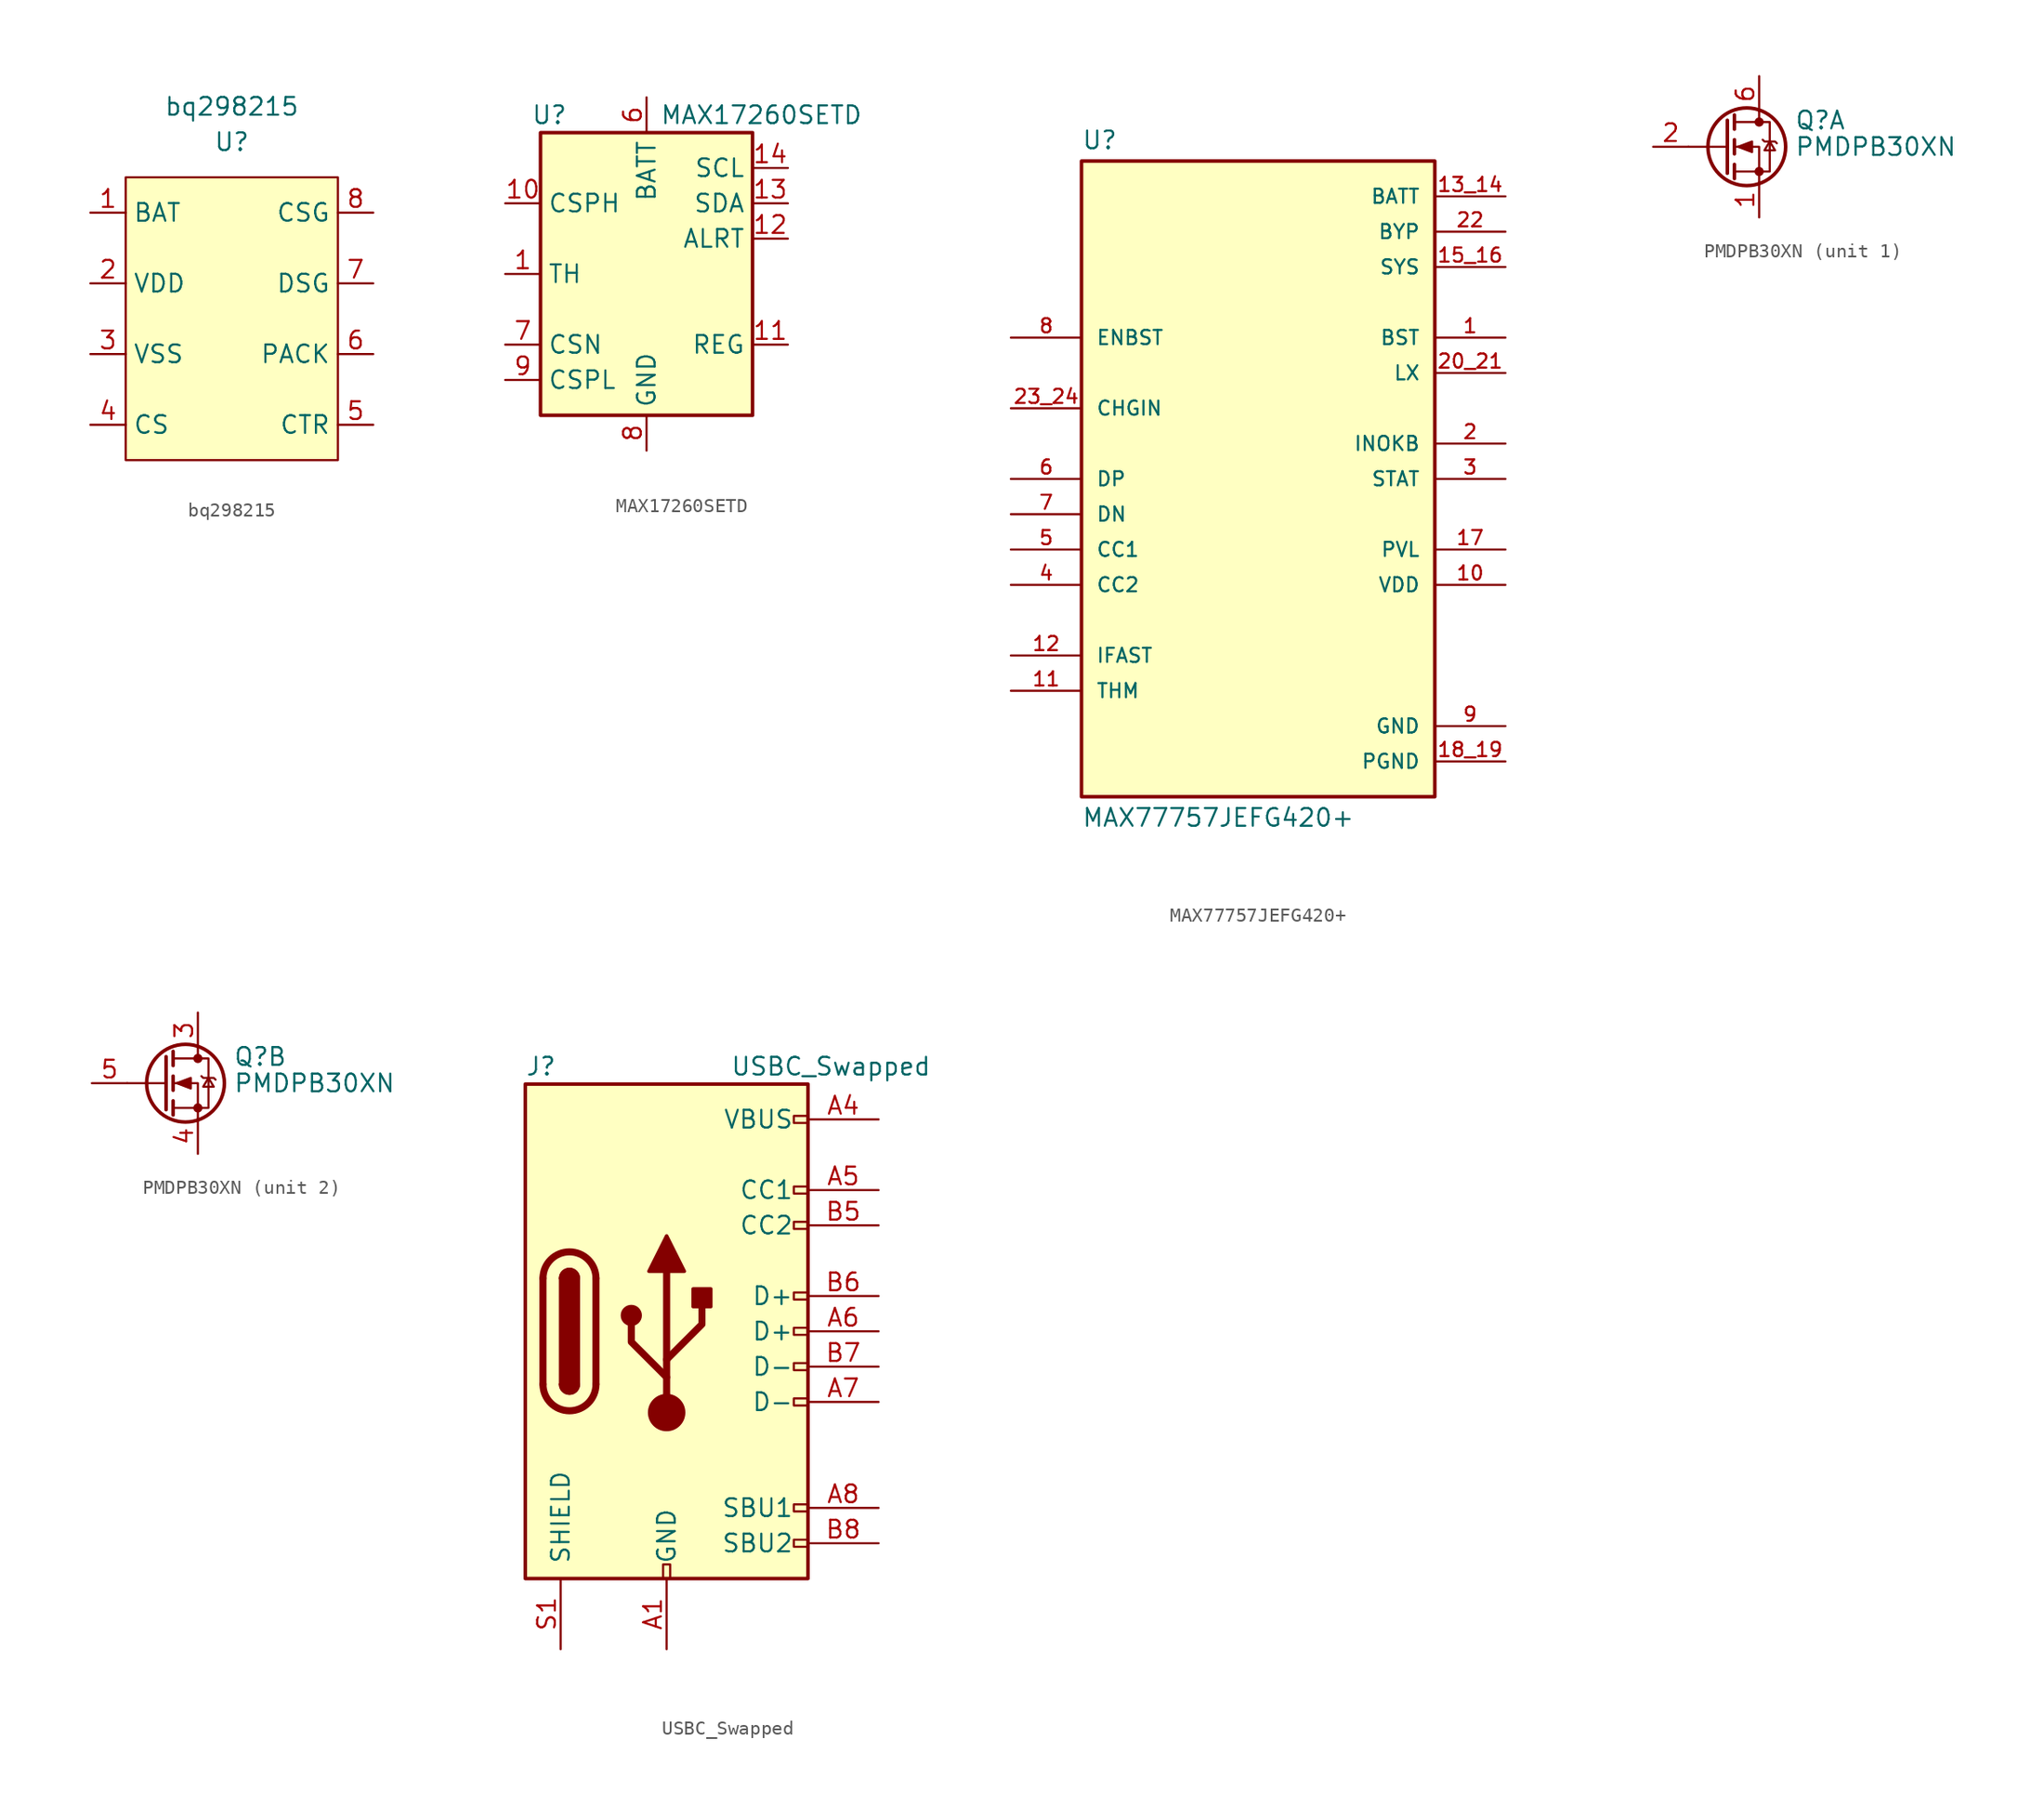
<source format=kicad_sym>
(kicad_symbol_lib
  (version 20211014)
  (generator kicad_symbol_editor)
  (symbol "bq298215"
    (property "Reference" "U"
      (at 0 0 0)
      (effects (font (size 1.27 1.27))))
    (property "Value" "bq298215"
      (at 0 2.54 0)
      (effects (font (size 1.27 1.27))))
    (symbol "bq298215_0_0"
      (pin input line (at -10.16 -5.08 0) (length 2.54) (name "BAT" (effects (font (size 1.27 1.27)))) (number "1" (effects (font (size 1.27 1.27)))))
      (pin power_in line (at -10.16 -10.16 0) (length 2.54) (name "VDD" (effects (font (size 1.27 1.27)))) (number "2" (effects (font (size 1.27 1.27)))))
      (pin power_in line (at -10.16 -15.24 0) (length 2.54) (name "VSS" (effects (font (size 1.27 1.27)))) (number "3" (effects (font (size 1.27 1.27)))))
      (pin input line (at -10.16 -20.32 0) (length 2.54) (name "CS" (effects (font (size 1.27 1.27)))) (number "4" (effects (font (size 1.27 1.27)))))
      (pin input line (at 10.16 -20.32 180) (length 2.54) (name "CTR" (effects (font (size 1.27 1.27)))) (number "5" (effects (font (size 1.27 1.27)))))
      (pin input line (at 10.16 -15.24 180) (length 2.54) (name "PACK" (effects (font (size 1.27 1.27)))) (number "6" (effects (font (size 1.27 1.27)))))
      (pin output line (at 10.16 -10.16 180) (length 2.54) (name "DSG" (effects (font (size 1.27 1.27)))) (number "7" (effects (font (size 1.27 1.27)))))
      (pin output line (at 10.16 -5.08 180) (length 2.54) (name "CSG" (effects (font (size 1.27 1.27)))) (number "8" (effects (font (size 1.27 1.27))))))
    (symbol "bq298215_0_1"
      (rectangle (start -7.62 -2.54) (end 7.62 -22.86) (stroke (width 0) (type default) (color 0 0 0 0)) (fill (type background)))))
  (symbol "MAX17260SETD"
    (property "Reference" "U"
      (at -6.985 11.43 0)
      (effects (font (size 1.27 1.27))))
    (property "Value" "MAX17260SETD"
      (at 8.255 11.43 0)
      (effects (font (size 1.27 1.27))))
    (symbol "MAX17260SETD_0_1"
      (rectangle (start -7.62 10.16) (end 7.62 -10.16) (stroke (width 0.254) (type default) (color 0 0 0 0)) (fill (type background))))
    (symbol "MAX17260SETD_1_1"
      (pin passive line (at -10.16 0 0) (length 2.54) (name "TH" (effects (font (size 1.27 1.27)))) (number "1" (effects (font (size 1.27 1.27)))))
      (pin input line (at -10.16 5.08 0) (length 2.54) (name "CSPH" (effects (font (size 1.27 1.27)))) (number "10" (effects (font (size 1.27 1.27)))))
      (pin power_out line (at 10.16 -5.08 180) (length 2.54) (name "REG" (effects (font (size 1.27 1.27)))) (number "11" (effects (font (size 1.27 1.27)))))
      (pin open_collector line (at 10.16 2.54 180) (length 2.54) (name "ALRT" (effects (font (size 1.27 1.27)))) (number "12" (effects (font (size 1.27 1.27)))))
      (pin bidirectional line (at 10.16 5.08 180) (length 2.54) (name "SDA" (effects (font (size 1.27 1.27)))) (number "13" (effects (font (size 1.27 1.27)))))
      (pin input line (at 10.16 7.62 180) (length 2.54) (name "SCL" (effects (font (size 1.27 1.27)))) (number "14" (effects (font (size 1.27 1.27)))))
      (pin passive line (at 0 -12.7 90) (length 2.54) hide (name "GND" (effects (font (size 1.27 1.27)))) (number "15" (effects (font (size 1.27 1.27)))))
      (pin power_in line (at 0 12.7 270) (length 2.54) (name "BATT" (effects (font (size 1.27 1.27)))) (number "6" (effects (font (size 1.27 1.27)))))
      (pin passive line (at -10.16 -5.08 0) (length 2.54) (name "CSN" (effects (font (size 1.27 1.27)))) (number "7" (effects (font (size 1.27 1.27)))))
      (pin power_in line (at 0 -12.7 90) (length 2.54) (name "GND" (effects (font (size 1.27 1.27)))) (number "8" (effects (font (size 1.27 1.27)))))
      (pin passive line (at -10.16 -7.62 0) (length 2.54) (name "CSPL" (effects (font (size 1.27 1.27)))) (number "9" (effects (font (size 1.27 1.27)))))))
  (symbol "MAX77757JEFG420+"
    (pin_names
      (offset 1.016))
    (property "Reference" "U"
      (at -12.7 23.622 0)
      (effects (font (size 1.27 1.27)) (justify left bottom)))
    (property "Value" "MAX77757JEFG420+"
      (at -12.7 -23.622 0)
      (effects (font (size 1.27 1.27)) (justify left top)))
    (symbol "MAX77757JEFG420+_0_0"
      (rectangle (start -12.7 -22.86) (end 12.7 22.86) (stroke (width 0.254) (type default) (color 0 0 0 0)) (fill (type background)))
      (pin passive line (at 17.78 10.16 180) (length 5.08) (name "BST" (effects (font (size 1.016 1.016)))) (number "1" (effects (font (size 1.016 1.016)))))
      (pin output line (at 17.78 -7.62 180) (length 5.08) (name "VDD" (effects (font (size 1.016 1.016)))) (number "10" (effects (font (size 1.016 1.016)))))
      (pin passive line (at -17.78 -15.24 0) (length 5.08) (name "THM" (effects (font (size 1.016 1.016)))) (number "11" (effects (font (size 1.016 1.016)))))
      (pin passive line (at -17.78 -12.7 0) (length 5.08) (name "IFAST" (effects (font (size 1.016 1.016)))) (number "12" (effects (font (size 1.016 1.016)))))
      (pin power_in line (at 17.78 20.32 180) (length 5.08) (name "BATT" (effects (font (size 1.016 1.016)))) (number "13_14" (effects (font (size 1.016 1.016)))))
      (pin power_in line (at 17.78 15.24 180) (length 5.08) (name "SYS" (effects (font (size 1.016 1.016)))) (number "15_16" (effects (font (size 1.016 1.016)))))
      (pin output line (at 17.78 -5.08 180) (length 5.08) (name "PVL" (effects (font (size 1.016 1.016)))) (number "17" (effects (font (size 1.016 1.016)))))
      (pin power_in line (at 17.78 -20.32 180) (length 5.08) (name "PGND" (effects (font (size 1.016 1.016)))) (number "18_19" (effects (font (size 1.016 1.016)))))
      (pin output line (at 17.78 2.54 180) (length 5.08) (name "INOKB" (effects (font (size 1.016 1.016)))) (number "2" (effects (font (size 1.016 1.016)))))
      (pin passive line (at 17.78 7.62 180) (length 5.08) (name "LX" (effects (font (size 1.016 1.016)))) (number "20_21" (effects (font (size 1.016 1.016)))))
      (pin power_in line (at 17.78 17.78 180) (length 5.08) (name "BYP" (effects (font (size 1.016 1.016)))) (number "22" (effects (font (size 1.016 1.016)))))
      (pin input line (at -17.78 5.08 0) (length 5.08) (name "CHGIN" (effects (font (size 1.016 1.016)))) (number "23_24" (effects (font (size 1.016 1.016)))))
      (pin output line (at 17.78 0 180) (length 5.08) (name "STAT" (effects (font (size 1.016 1.016)))) (number "3" (effects (font (size 1.016 1.016)))))
      (pin bidirectional line (at -17.78 -7.62 0) (length 5.08) (name "CC2" (effects (font (size 1.016 1.016)))) (number "4" (effects (font (size 1.016 1.016)))))
      (pin bidirectional line (at -17.78 -5.08 0) (length 5.08) (name "CC1" (effects (font (size 1.016 1.016)))) (number "5" (effects (font (size 1.016 1.016)))))
      (pin bidirectional line (at -17.78 0 0) (length 5.08) (name "DP" (effects (font (size 1.016 1.016)))) (number "6" (effects (font (size 1.016 1.016)))))
      (pin bidirectional line (at -17.78 -2.54 0) (length 5.08) (name "DN" (effects (font (size 1.016 1.016)))) (number "7" (effects (font (size 1.016 1.016)))))
      (pin input line (at -17.78 10.16 0) (length 5.08) (name "ENBST" (effects (font (size 1.016 1.016)))) (number "8" (effects (font (size 1.016 1.016)))))
      (pin power_in line (at 17.78 -17.78 180) (length 5.08) (name "GND" (effects (font (size 1.016 1.016)))) (number "9" (effects (font (size 1.016 1.016)))))))
  (symbol "PMDPB30XN"
    (pin_names hide)
    (property "Reference" "Q"
      (at 5.08 1.905 0)
      (effects (font (size 1.27 1.27)) (justify left)))
    (property "Value" "PMDPB30XN"
      (at 5.08 0 0)
      (effects (font (size 1.27 1.27)) (justify left)))
    (property "ki_locked" ""
      (at 0 0 0)
      (effects (font (size 1.27 1.27))))
    (symbol "PMDPB30XN_0_1"
      (polyline (pts (xy 0.254 0) (xy -2.54 0)) (stroke (width 0) (type default) (color 0 0 0 0)) (fill (type none)))
      (polyline (pts (xy 0.254 1.905) (xy 0.254 -1.905)) (stroke (width 0.254) (type default) (color 0 0 0 0)) (fill (type none)))
      (polyline (pts (xy 0.762 -1.27) (xy 0.762 -2.286)) (stroke (width 0.254) (type default) (color 0 0 0 0)) (fill (type none)))
      (polyline (pts (xy 0.762 0.508) (xy 0.762 -0.508)) (stroke (width 0.254) (type default) (color 0 0 0 0)) (fill (type none)))
      (polyline (pts (xy 0.762 2.286) (xy 0.762 1.27)) (stroke (width 0.254) (type default) (color 0 0 0 0)) (fill (type none)))
      (polyline (pts (xy 2.54 2.54) (xy 2.54 1.778)) (stroke (width 0) (type default) (color 0 0 0 0)) (fill (type none)))
      (polyline (pts (xy 2.54 -2.54) (xy 2.54 0) (xy 0.762 0)) (stroke (width 0) (type default) (color 0 0 0 0)) (fill (type none)))
      (polyline (pts (xy 0.762 -1.778) (xy 3.302 -1.778) (xy 3.302 1.778) (xy 0.762 1.778)) (stroke (width 0) (type default) (color 0 0 0 0)) (fill (type none)))
      (polyline (pts (xy 1.016 0) (xy 2.032 0.381) (xy 2.032 -0.381) (xy 1.016 0)) (stroke (width 0) (type default) (color 0 0 0 0)) (fill (type outline)))
      (polyline (pts (xy 2.794 0.508) (xy 2.921 0.381) (xy 3.683 0.381) (xy 3.81 0.254)) (stroke (width 0) (type default) (color 0 0 0 0)) (fill (type none)))
      (polyline (pts (xy 3.302 0.381) (xy 2.921 -0.254) (xy 3.683 -0.254) (xy 3.302 0.381)) (stroke (width 0) (type default) (color 0 0 0 0)) (fill (type none)))
      (circle (center 1.651 0) (radius 2.794) (stroke (width 0.254) (type default) (color 0 0 0 0)) (fill (type none)))
      (circle (center 2.54 -1.778) (radius 0.254) (stroke (width 0) (type default) (color 0 0 0 0)) (fill (type outline)))
      (circle (center 2.54 1.778) (radius 0.254) (stroke (width 0) (type default) (color 0 0 0 0)) (fill (type outline))))
    (symbol "PMDPB30XN_1_1"
      (pin passive line (at 2.54 -5.08 90) (length 2.54) (name "S1" (effects (font (size 1.27 1.27)))) (number "1" (effects (font (size 1.27 1.27)))))
      (pin passive line (at -5.08 0 0) (length 2.54) (name "G1" (effects (font (size 1.27 1.27)))) (number "2" (effects (font (size 1.27 1.27)))))
      (pin passive line (at 2.54 5.08 270) (length 2.54) (name "D1" (effects (font (size 1.27 1.27)))) (number "6" (effects (font (size 1.27 1.27)))))
      (pin passive line (at 2.54 5.08 270) (length 2.54) hide (name "D1" (effects (font (size 1.27 1.27)))) (number "7" (effects (font (size 1.27 1.27))))))
    (symbol "PMDPB30XN_2_1"
      (pin passive line (at 2.54 5.08 270) (length 2.54) (name "D2" (effects (font (size 1.27 1.27)))) (number "3" (effects (font (size 1.27 1.27)))))
      (pin passive line (at 2.54 -5.08 90) (length 2.54) (name "S2" (effects (font (size 1.27 1.27)))) (number "4" (effects (font (size 1.27 1.27)))))
      (pin passive line (at -5.08 0 0) (length 2.54) (name "G2" (effects (font (size 1.27 1.27)))) (number "5" (effects (font (size 1.27 1.27)))))
      (pin passive line (at 2.54 5.08 270) (length 2.54) hide (name "D2" (effects (font (size 1.27 1.27)))) (number "8" (effects (font (size 1.27 1.27)))))))
  (symbol "USBC_Swapped"
    (pin_names
      (offset 1.016))
    (property "Reference" "J"
      (at -10.16 19.05 0)
      (effects (font (size 1.27 1.27)) (justify left)))
    (property "Value" "USBC_Swapped"
      (at 19.05 19.05 0)
      (effects (font (size 1.27 1.27)) (justify right)))
    (symbol "USBC_Swapped_0_0"
      (rectangle (start -0.254 -17.78) (end 0.254 -16.764) (stroke (width 0) (type default) (color 0 0 0 0)) (fill (type none)))
      (rectangle (start 10.16 -14.986) (end 9.144 -15.494) (stroke (width 0) (type default) (color 0 0 0 0)) (fill (type none)))
      (rectangle (start 10.16 -12.446) (end 9.144 -12.954) (stroke (width 0) (type default) (color 0 0 0 0)) (fill (type none)))
      (rectangle (start 10.16 -4.826) (end 9.144 -5.334) (stroke (width 0) (type default) (color 0 0 0 0)) (fill (type none)))
      (rectangle (start 10.16 -2.286) (end 9.144 -2.794) (stroke (width 0) (type default) (color 0 0 0 0)) (fill (type none)))
      (rectangle (start 10.16 0.254) (end 9.144 -0.254) (stroke (width 0) (type default) (color 0 0 0 0)) (fill (type none)))
      (rectangle (start 10.16 2.794) (end 9.144 2.286) (stroke (width 0) (type default) (color 0 0 0 0)) (fill (type none)))
      (rectangle (start 10.16 7.874) (end 9.144 7.366) (stroke (width 0) (type default) (color 0 0 0 0)) (fill (type none)))
      (rectangle (start 10.16 10.414) (end 9.144 9.906) (stroke (width 0) (type default) (color 0 0 0 0)) (fill (type none)))
      (rectangle (start 10.16 15.494) (end 9.144 14.986) (stroke (width 0) (type default) (color 0 0 0 0)) (fill (type none))))
    (symbol "USBC_Swapped_0_1"
      (rectangle (start -10.16 17.78) (end 10.16 -17.78) (stroke (width 0.254) (type default) (color 0 0 0 0)) (fill (type background)))
      (arc (start -8.89 -3.81) (mid -6.985 -5.715) (end -5.08 -3.81) (stroke (width 0.508) (type default) (color 0 0 0 0)) (fill (type none)))
      (arc (start -7.62 -3.81) (mid -6.985 -4.445) (end -6.35 -3.81) (stroke (width 0.254) (type default) (color 0 0 0 0)) (fill (type none)))
      (arc (start -7.62 -3.81) (mid -6.985 -4.445) (end -6.35 -3.81) (stroke (width 0.254) (type default) (color 0 0 0 0)) (fill (type outline)))
      (rectangle (start -7.62 -3.81) (end -6.35 3.81) (stroke (width 0.254) (type default) (color 0 0 0 0)) (fill (type outline)))
      (arc (start -6.35 3.81) (mid -6.985 4.445) (end -7.62 3.81) (stroke (width 0.254) (type default) (color 0 0 0 0)) (fill (type none)))
      (arc (start -6.35 3.81) (mid -6.985 4.445) (end -7.62 3.81) (stroke (width 0.254) (type default) (color 0 0 0 0)) (fill (type outline)))
      (arc (start -5.08 3.81) (mid -6.985 5.715) (end -8.89 3.81) (stroke (width 0.508) (type default) (color 0 0 0 0)) (fill (type none)))
      (circle (center -2.54 1.143) (radius 0.635) (stroke (width 0.254) (type default) (color 0 0 0 0)) (fill (type outline)))
      (circle (center 0 -5.842) (radius 1.27) (stroke (width 0) (type default) (color 0 0 0 0)) (fill (type outline)))
      (polyline (pts (xy -8.89 -3.81) (xy -8.89 3.81)) (stroke (width 0.508) (type default) (color 0 0 0 0)) (fill (type none)))
      (polyline (pts (xy -5.08 3.81) (xy -5.08 -3.81)) (stroke (width 0.508) (type default) (color 0 0 0 0)) (fill (type none)))
      (polyline (pts (xy 0 -5.842) (xy 0 4.318)) (stroke (width 0.508) (type default) (color 0 0 0 0)) (fill (type none)))
      (polyline (pts (xy 0 -3.302) (xy -2.54 -0.762) (xy -2.54 0.508)) (stroke (width 0.508) (type default) (color 0 0 0 0)) (fill (type none)))
      (polyline (pts (xy 0 -2.032) (xy 2.54 0.508) (xy 2.54 1.778)) (stroke (width 0.508) (type default) (color 0 0 0 0)) (fill (type none)))
      (polyline (pts (xy -1.27 4.318) (xy 0 6.858) (xy 1.27 4.318) (xy -1.27 4.318)) (stroke (width 0.254) (type default) (color 0 0 0 0)) (fill (type outline)))
      (rectangle (start 1.905 1.778) (end 3.175 3.048) (stroke (width 0.254) (type default) (color 0 0 0 0)) (fill (type outline))))
    (symbol "USBC_Swapped_1_1"
      (pin passive line (at 0 -22.86 90) (length 5.08) (name "GND" (effects (font (size 1.27 1.27)))) (number "A1" (effects (font (size 1.27 1.27)))))
      (pin passive line (at 0 -22.86 90) (length 5.08) hide (name "GND" (effects (font (size 1.27 1.27)))) (number "A12" (effects (font (size 1.27 1.27)))))
      (pin passive line (at 15.24 15.24 180) (length 5.08) (name "VBUS" (effects (font (size 1.27 1.27)))) (number "A4" (effects (font (size 1.27 1.27)))))
      (pin bidirectional line (at 15.24 10.16 180) (length 5.08) (name "CC1" (effects (font (size 1.27 1.27)))) (number "A5" (effects (font (size 1.27 1.27)))))
      (pin bidirectional line (at 15.24 0 180) (length 5.08) (name "D+" (effects (font (size 1.27 1.27)))) (number "A6" (effects (font (size 1.27 1.27)))))
      (pin bidirectional line (at 15.24 -5.08 180) (length 5.08) (name "D-" (effects (font (size 1.27 1.27)))) (number "A7" (effects (font (size 1.27 1.27)))))
      (pin bidirectional line (at 15.24 -12.7 180) (length 5.08) (name "SBU1" (effects (font (size 1.27 1.27)))) (number "A8" (effects (font (size 1.27 1.27)))))
      (pin passive line (at 15.24 15.24 180) (length 5.08) hide (name "VBUS" (effects (font (size 1.27 1.27)))) (number "A9" (effects (font (size 1.27 1.27)))))
      (pin passive line (at 0 -22.86 90) (length 5.08) hide (name "GND" (effects (font (size 1.27 1.27)))) (number "B1" (effects (font (size 1.27 1.27)))))
      (pin passive line (at 0 -22.86 90) (length 5.08) hide (name "GND" (effects (font (size 1.27 1.27)))) (number "B12" (effects (font (size 1.27 1.27)))))
      (pin passive line (at 15.24 15.24 180) (length 5.08) hide (name "VBUS" (effects (font (size 1.27 1.27)))) (number "B4" (effects (font (size 1.27 1.27)))))
      (pin bidirectional line (at 15.24 7.62 180) (length 5.08) (name "CC2" (effects (font (size 1.27 1.27)))) (number "B5" (effects (font (size 1.27 1.27)))))
      (pin bidirectional line (at 15.24 2.54 180) (length 5.08) (name "D+" (effects (font (size 1.27 1.27)))) (number "B6" (effects (font (size 1.27 1.27)))))
      (pin bidirectional line (at 15.24 -2.54 180) (length 5.08) (name "D-" (effects (font (size 1.27 1.27)))) (number "B7" (effects (font (size 1.27 1.27)))))
      (pin bidirectional line (at 15.24 -15.24 180) (length 5.08) (name "SBU2" (effects (font (size 1.27 1.27)))) (number "B8" (effects (font (size 1.27 1.27)))))
      (pin passive line (at 15.24 15.24 180) (length 5.08) hide (name "VBUS" (effects (font (size 1.27 1.27)))) (number "B9" (effects (font (size 1.27 1.27)))))
      (pin passive line (at -7.62 -22.86 90) (length 5.08) (name "SHIELD" (effects (font (size 1.27 1.27)))) (number "S1" (effects (font (size 1.27 1.27))))))))
</source>
